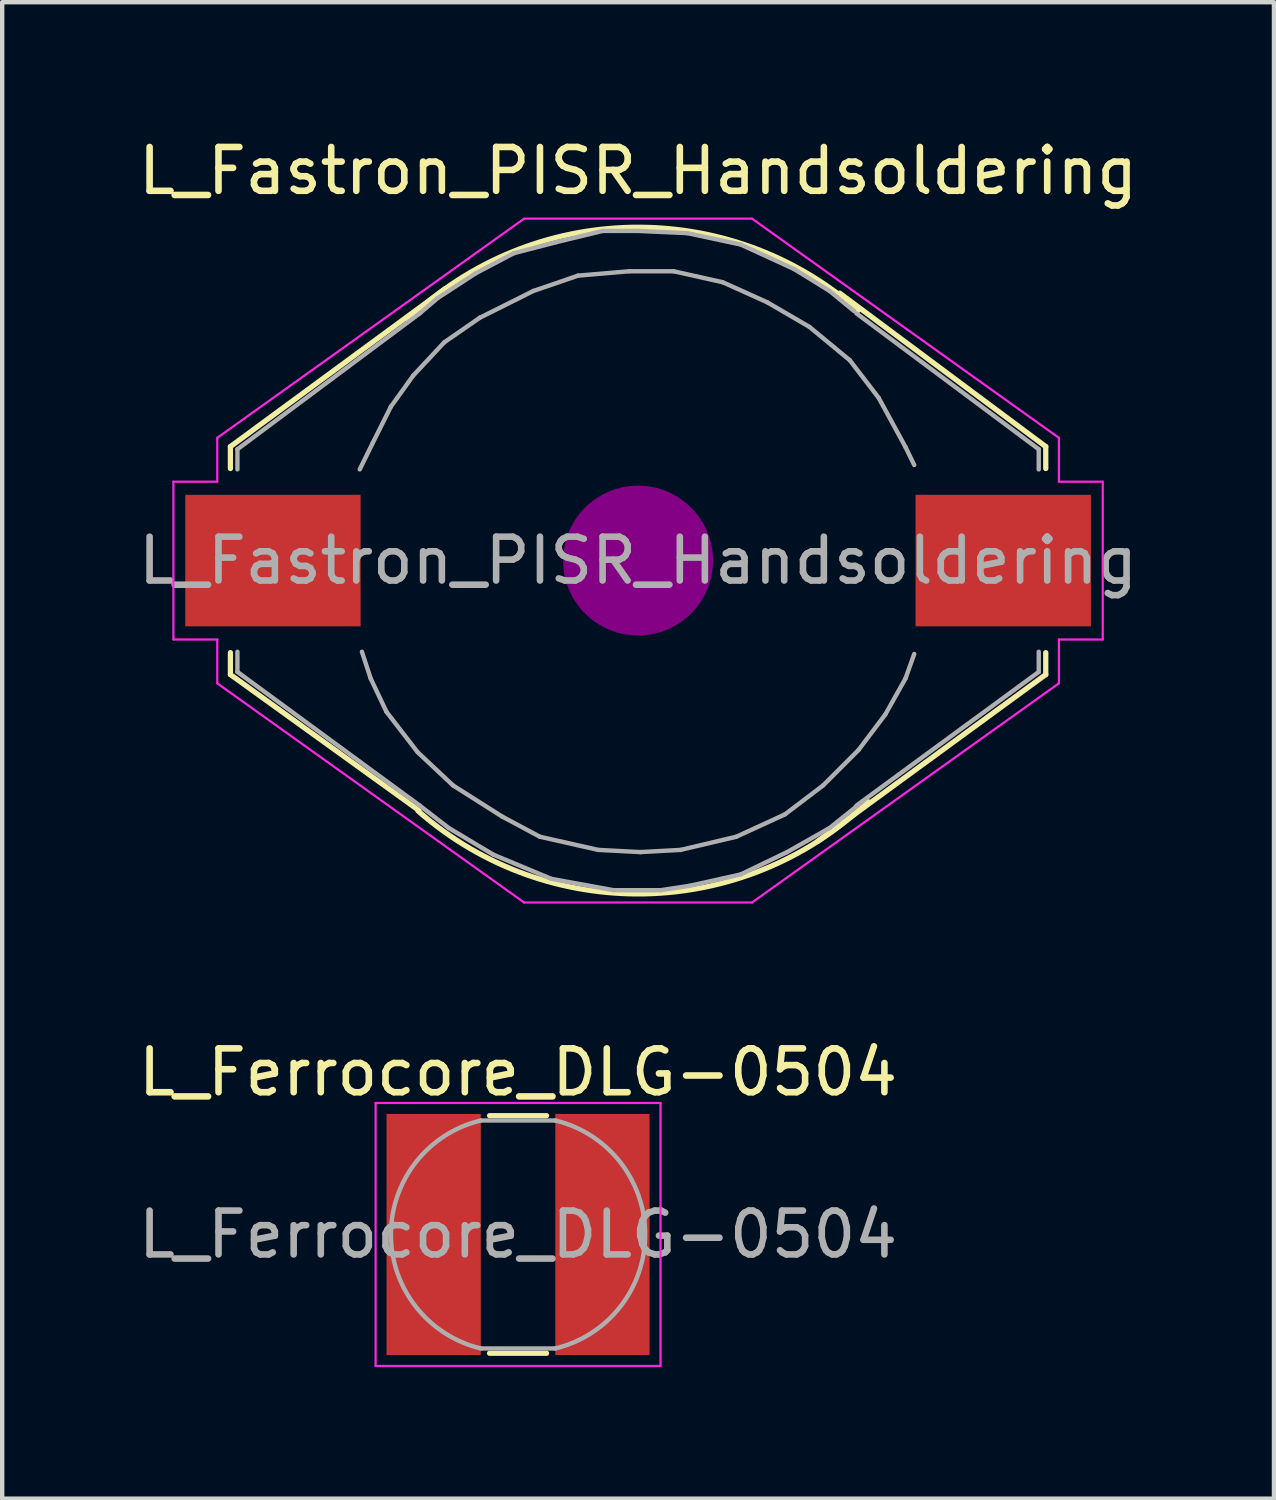
<source format=kicad_pcb>
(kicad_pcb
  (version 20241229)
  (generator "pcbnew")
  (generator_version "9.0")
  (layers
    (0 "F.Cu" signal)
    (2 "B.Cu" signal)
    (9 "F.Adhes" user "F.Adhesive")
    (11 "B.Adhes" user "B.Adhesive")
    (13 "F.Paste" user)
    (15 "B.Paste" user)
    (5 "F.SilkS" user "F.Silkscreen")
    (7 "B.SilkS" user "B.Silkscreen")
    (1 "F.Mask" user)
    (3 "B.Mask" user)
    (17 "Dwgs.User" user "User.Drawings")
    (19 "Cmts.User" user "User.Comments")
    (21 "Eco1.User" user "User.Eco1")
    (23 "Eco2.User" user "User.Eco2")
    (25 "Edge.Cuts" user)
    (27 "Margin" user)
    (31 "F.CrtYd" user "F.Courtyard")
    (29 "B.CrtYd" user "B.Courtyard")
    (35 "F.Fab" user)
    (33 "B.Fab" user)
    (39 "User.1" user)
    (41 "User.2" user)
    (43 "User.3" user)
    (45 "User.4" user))
  (footprint "L_Ferrocore_DLG-0504"
    (layer "F.Cu")
    (at 8.768 25.111)
    (property "Reference" "L_Ferrocore_DLG-0504" (at 0 -3.7 0) (layer "F.SilkS") (effects (font (size 1 1) (thickness 0.15))))
    (attr smd)
    (fp_line (start -0.65 -2.71) (end 0.65 -2.71) (stroke (width 0.12) (type solid)) (layer "F.SilkS"))
    (fp_line (start -0.65 2.71) (end 0.65 2.71) (stroke (width 0.12) (type solid)) (layer "F.SilkS"))
    (fp_line (start -3.25 -3) (end -3.25 3) (stroke (width 0.05) (type solid)) (layer "F.CrtYd"))
    (fp_line (start -3.25 3) (end 3.25 3) (stroke (width 0.05) (type solid)) (layer "F.CrtYd"))
    (fp_line (start 3.25 -3) (end -3.25 -3) (stroke (width 0.05) (type solid)) (layer "F.CrtYd"))
    (fp_line (start 3.25 3) (end 3.25 -3) (stroke (width 0.05) (type solid)) (layer "F.CrtYd"))
    (fp_line (start -0.85 -2.6) (end 0.85 -2.6) (stroke (width 0.1) (type solid)) (layer "F.Fab"))
    (fp_line (start -0.85 2.6) (end 0.85 2.6) (stroke (width 0.1) (type solid)) (layer "F.Fab"))
    (fp_arc (start -0.85 2.6) (mid -2.9 0) (end -0.85 -2.6) (stroke (width 0.1) (type solid)) (layer "F.Fab"))
    (fp_arc (start 0.85 -2.6) (mid 2.9 0) (end 0.85 2.6) (stroke (width 0.1) (type solid)) (layer "F.Fab"))
    (fp_text user "${REFERENCE}" (at 0 0 0) (layer "F.Fab") (effects (font (size 1 1) (thickness 0.15))))
    (pad "1" smd rect (at -1.925 0) (size 2.15 5.5) (layers "F.Cu" "F.Mask" "F.Paste"))
    (pad "2" smd rect (at 1.925 0) (size 2.15 5.5) (layers "F.Cu" "F.Mask" "F.Paste")))
  (footprint "L_Fastron_PISR_Handsoldering"
    (layer "F.Cu")
    (at 11.506 9.738)
    (property "Reference" "L_Fastron_PISR_Handsoldering" (at 0 -8.89 0) (layer "F.SilkS") (effects (font (size 1 1) (thickness 0.15))))
    (attr smd)
    (fp_line (start -9.3 -2.6) (end -9.3 -2.1) (stroke (width 0.12) (type solid)) (layer "F.SilkS"))
    (fp_line (start -9.3 -2.6) (end -4.4 -6.2) (stroke (width 0.12) (type solid)) (layer "F.SilkS"))
    (fp_line (start -9.3 2.6) (end -9.3 2.1) (stroke (width 0.12) (type solid)) (layer "F.SilkS"))
    (fp_line (start -5 5.7) (end -9.3 2.6) (stroke (width 0.12) (type solid)) (layer "F.SilkS"))
    (fp_line (start 4.1 6.4) (end 9.3 2.6) (stroke (width 0.12) (type solid)) (layer "F.SilkS"))
    (fp_line (start 4.6 -6.1) (end 9.3 -2.6) (stroke (width 0.12) (type solid)) (layer "F.SilkS"))
    (fp_line (start 9.3 -2.6) (end 9.3 -2.1) (stroke (width 0.12) (type solid)) (layer "F.SilkS"))
    (fp_line (start 9.3 2.6) (end 9.3 2.1) (stroke (width 0.12) (type solid)) (layer "F.SilkS"))
    (fp_arc (start -5.25 -5.5) (mid -0.15496 -7.601874) (end 5.021503 -5.709379) (stroke (width 0.12) (type solid)) (layer "F.SilkS"))
    (fp_arc (start 5.25 5.5) (mid 0.15496 7.601874) (end -5.021503 5.709379) (stroke (width 0.12) (type solid)) (layer "F.SilkS"))
    (fp_line (start 0 -0.25) (end 0 0.25) (stroke (width 0.38) (type solid)) (layer "F.Adhes"))
    (fp_circle (center 0 0) (end 0 0.25) (stroke (width 0.38) (type solid)) (fill no) (layer "F.Adhes"))
    (fp_circle (center 0 0) (end 0 0.51) (stroke (width 0.38) (type solid)) (fill no) (layer "F.Adhes"))
    (fp_circle (center 0 0) (end 0 0.76) (stroke (width 0.38) (type solid)) (fill no) (layer "F.Adhes"))
    (fp_circle (center 0 0) (end 0 1.02) (stroke (width 0.38) (type solid)) (fill no) (layer "F.Adhes"))
    (fp_circle (center 0 0) (end 0 1.27) (stroke (width 0.38) (type solid)) (fill no) (layer "F.Adhes"))
    (fp_circle (center 0 0) (end 0 1.52) (stroke (width 0.38) (type solid)) (fill no) (layer "F.Adhes"))
    (fp_line (start -10.6 -1.8) (end -9.6 -1.8) (stroke (width 0.05) (type solid)) (layer "F.CrtYd"))
    (fp_line (start -10.6 1.8) (end -10.6 -1.8) (stroke (width 0.05) (type solid)) (layer "F.CrtYd"))
    (fp_line (start -9.6 -2.8) (end -2.6 -7.8) (stroke (width 0.05) (type solid)) (layer "F.CrtYd"))
    (fp_line (start -9.6 -1.8) (end -9.6 -2.8) (stroke (width 0.05) (type solid)) (layer "F.CrtYd"))
    (fp_line (start -9.6 1.8) (end -10.6 1.8) (stroke (width 0.05) (type solid)) (layer "F.CrtYd"))
    (fp_line (start -9.6 2.8) (end -9.6 1.8) (stroke (width 0.05) (type solid)) (layer "F.CrtYd"))
    (fp_line (start -2.6 -7.8) (end 2.6 -7.8) (stroke (width 0.05) (type solid)) (layer "F.CrtYd"))
    (fp_line (start -2.6 7.8) (end -9.6 2.8) (stroke (width 0.05) (type solid)) (layer "F.CrtYd"))
    (fp_line (start 2.6 -7.8) (end 9.6 -2.8) (stroke (width 0.05) (type solid)) (layer "F.CrtYd"))
    (fp_line (start 2.6 7.8) (end -2.6 7.8) (stroke (width 0.05) (type solid)) (layer "F.CrtYd"))
    (fp_line (start 9.6 -2.8) (end 9.6 -1.8) (stroke (width 0.05) (type solid)) (layer "F.CrtYd"))
    (fp_line (start 9.6 -1.8) (end 10.6 -1.8) (stroke (width 0.05) (type solid)) (layer "F.CrtYd"))
    (fp_line (start 9.6 1.8) (end 9.6 2.8) (stroke (width 0.05) (type solid)) (layer "F.CrtYd"))
    (fp_line (start 9.6 2.8) (end 2.6 7.8) (stroke (width 0.05) (type solid)) (layer "F.CrtYd"))
    (fp_line (start 10.6 -1.8) (end 10.6 1.8) (stroke (width 0.05) (type solid)) (layer "F.CrtYd"))
    (fp_line (start 10.6 1.8) (end 9.6 1.8) (stroke (width 0.05) (type solid)) (layer "F.CrtYd"))
    (fp_line (start -9.14 -2.54) (end -4.98 -5.64) (stroke (width 0.1) (type solid)) (layer "F.Fab"))
    (fp_line (start -9.14 -2.08) (end -9.14 -2.54) (stroke (width 0.1) (type solid)) (layer "F.Fab"))
    (fp_line (start -9.14 2.08) (end -9.14 2.54) (stroke (width 0.1) (type solid)) (layer "F.Fab"))
    (fp_line (start -9.14 2.54) (end -4.98 5.59) (stroke (width 0.1) (type solid)) (layer "F.Fab"))
    (fp_line (start -6.35 -2.08) (end -6.05 -2.69) (stroke (width 0.1) (type solid)) (layer "F.Fab"))
    (fp_line (start -6.3 2.08) (end -6.1 2.69) (stroke (width 0.1) (type solid)) (layer "F.Fab"))
    (fp_line (start -6.1 2.69) (end -5.74 3.45) (stroke (width 0.1) (type solid)) (layer "F.Fab"))
    (fp_line (start -6.05 -2.69) (end -5.64 -3.51) (stroke (width 0.1) (type solid)) (layer "F.Fab"))
    (fp_line (start -5.74 3.45) (end -5.03 4.37) (stroke (width 0.1) (type solid)) (layer "F.Fab"))
    (fp_line (start -5.64 -3.51) (end -5.13 -4.22) (stroke (width 0.1) (type solid)) (layer "F.Fab"))
    (fp_line (start -5.13 -4.22) (end -4.42 -4.98) (stroke (width 0.1) (type solid)) (layer "F.Fab"))
    (fp_line (start -5.03 4.37) (end -4.22 5.13) (stroke (width 0.1) (type solid)) (layer "F.Fab"))
    (fp_line (start -4.98 -5.64) (end -4.57 -5.99) (stroke (width 0.1) (type solid)) (layer "F.Fab"))
    (fp_line (start -4.98 5.59) (end -4.32 6.1) (stroke (width 0.1) (type solid)) (layer "F.Fab"))
    (fp_line (start -4.57 -5.99) (end -3.71 -6.55) (stroke (width 0.1) (type solid)) (layer "F.Fab"))
    (fp_line (start -4.42 -4.98) (end -3.61 -5.54) (stroke (width 0.1) (type solid)) (layer "F.Fab"))
    (fp_line (start -4.32 6.1) (end -3.3 6.71) (stroke (width 0.1) (type solid)) (layer "F.Fab"))
    (fp_line (start -4.22 5.13) (end -3.1 5.84) (stroke (width 0.1) (type solid)) (layer "F.Fab"))
    (fp_line (start -3.71 -6.55) (end -2.84 -7.01) (stroke (width 0.1) (type solid)) (layer "F.Fab"))
    (fp_line (start -3.61 -5.54) (end -2.39 -6.15) (stroke (width 0.1) (type solid)) (layer "F.Fab"))
    (fp_line (start -3.3 6.71) (end -1.98 7.26) (stroke (width 0.1) (type solid)) (layer "F.Fab"))
    (fp_line (start -3.1 5.84) (end -2.24 6.3) (stroke (width 0.1) (type solid)) (layer "F.Fab"))
    (fp_line (start -2.84 -7.01) (end -1.88 -7.26) (stroke (width 0.1) (type solid)) (layer "F.Fab"))
    (fp_line (start -2.39 -6.15) (end -1.37 -6.5) (stroke (width 0.1) (type solid)) (layer "F.Fab"))
    (fp_line (start -2.24 6.3) (end -0.91 6.6) (stroke (width 0.1) (type solid)) (layer "F.Fab"))
    (fp_line (start -1.98 7.26) (end -0.56 7.52) (stroke (width 0.1) (type solid)) (layer "F.Fab"))
    (fp_line (start -1.88 -7.26) (end -0.81 -7.52) (stroke (width 0.1) (type solid)) (layer "F.Fab"))
    (fp_line (start -1.37 -6.5) (end -0.2 -6.6) (stroke (width 0.1) (type solid)) (layer "F.Fab"))
    (fp_line (start -0.91 6.6) (end 0.05 6.65) (stroke (width 0.1) (type solid)) (layer "F.Fab"))
    (fp_line (start -0.81 -7.52) (end 0 -7.52) (stroke (width 0.1) (type solid)) (layer "F.Fab"))
    (fp_line (start -0.56 7.52) (end 0.51 7.52) (stroke (width 0.1) (type solid)) (layer "F.Fab"))
    (fp_line (start -0.2 -6.6) (end 0.81 -6.6) (stroke (width 0.1) (type solid)) (layer "F.Fab"))
    (fp_line (start 0 -7.52) (end 1.12 -7.47) (stroke (width 0.1) (type solid)) (layer "F.Fab"))
    (fp_line (start 0.05 6.65) (end 0.97 6.6) (stroke (width 0.1) (type solid)) (layer "F.Fab"))
    (fp_line (start 0.51 7.52) (end 1.17 7.42) (stroke (width 0.1) (type solid)) (layer "F.Fab"))
    (fp_line (start 0.81 -6.6) (end 1.93 -6.35) (stroke (width 0.1) (type solid)) (layer "F.Fab"))
    (fp_line (start 0.97 6.6) (end 2.24 6.3) (stroke (width 0.1) (type solid)) (layer "F.Fab"))
    (fp_line (start 1.12 -7.47) (end 2.34 -7.21) (stroke (width 0.1) (type solid)) (layer "F.Fab"))
    (fp_line (start 1.17 7.42) (end 2.34 7.16) (stroke (width 0.1) (type solid)) (layer "F.Fab"))
    (fp_line (start 1.93 -6.35) (end 2.95 -5.89) (stroke (width 0.1) (type solid)) (layer "F.Fab"))
    (fp_line (start 2.24 6.3) (end 3.35 5.79) (stroke (width 0.1) (type solid)) (layer "F.Fab"))
    (fp_line (start 2.34 -7.21) (end 3.56 -6.65) (stroke (width 0.1) (type solid)) (layer "F.Fab"))
    (fp_line (start 2.34 7.16) (end 3.4 6.65) (stroke (width 0.1) (type solid)) (layer "F.Fab"))
    (fp_line (start 2.95 -5.89) (end 3.91 -5.33) (stroke (width 0.1) (type solid)) (layer "F.Fab"))
    (fp_line (start 3.35 5.79) (end 4.22 5.13) (stroke (width 0.1) (type solid)) (layer "F.Fab"))
    (fp_line (start 3.4 6.65) (end 4.37 6.1) (stroke (width 0.1) (type solid)) (layer "F.Fab"))
    (fp_line (start 3.56 -6.65) (end 4.37 -6.15) (stroke (width 0.1) (type solid)) (layer "F.Fab"))
    (fp_line (start 3.91 -5.33) (end 4.83 -4.57) (stroke (width 0.1) (type solid)) (layer "F.Fab"))
    (fp_line (start 4.22 5.13) (end 5.03 4.32) (stroke (width 0.1) (type solid)) (layer "F.Fab"))
    (fp_line (start 4.37 -6.15) (end 4.93 -5.69) (stroke (width 0.1) (type solid)) (layer "F.Fab"))
    (fp_line (start 4.37 6.1) (end 5.13 5.49) (stroke (width 0.1) (type solid)) (layer "F.Fab"))
    (fp_line (start 4.83 -4.57) (end 5.49 -3.71) (stroke (width 0.1) (type solid)) (layer "F.Fab"))
    (fp_line (start 5.03 4.32) (end 5.64 3.51) (stroke (width 0.1) (type solid)) (layer "F.Fab"))
    (fp_line (start 5.49 -3.71) (end 6.1 -2.59) (stroke (width 0.1) (type solid)) (layer "F.Fab"))
    (fp_line (start 5.64 3.51) (end 6.1 2.69) (stroke (width 0.1) (type solid)) (layer "F.Fab"))
    (fp_line (start 6.1 -2.59) (end 6.3 -2.18) (stroke (width 0.1) (type solid)) (layer "F.Fab"))
    (fp_line (start 6.1 2.69) (end 6.3 2.13) (stroke (width 0.1) (type solid)) (layer "F.Fab"))
    (fp_line (start 9.14 -2.54) (end 4.98 -5.64) (stroke (width 0.1) (type solid)) (layer "F.Fab"))
    (fp_line (start 9.14 -2.08) (end 9.14 -2.54) (stroke (width 0.1) (type solid)) (layer "F.Fab"))
    (fp_line (start 9.14 2.08) (end 9.14 2.54) (stroke (width 0.1) (type solid)) (layer "F.Fab"))
    (fp_line (start 9.14 2.54) (end 4.98 5.59) (stroke (width 0.1) (type solid)) (layer "F.Fab"))
    (fp_text user "${REFERENCE}" (at 0 0 0) (layer "F.Fab") (effects (font (size 1 1) (thickness 0.15))))
    (pad "1" smd rect (at 8.33 0) (size 4 3) (layers "F.Cu" "F.Mask" "F.Paste"))
    (pad "2" smd rect (at -8.33 0) (size 4 3) (layers "F.Cu" "F.Mask" "F.Paste")))
  (gr_rect
    (start -3 -3)
    (end 26.012 31.137)
    (stroke (width 0.1) (type default))
    (fill no)
    (layer "Edge.Cuts")))
</source>
